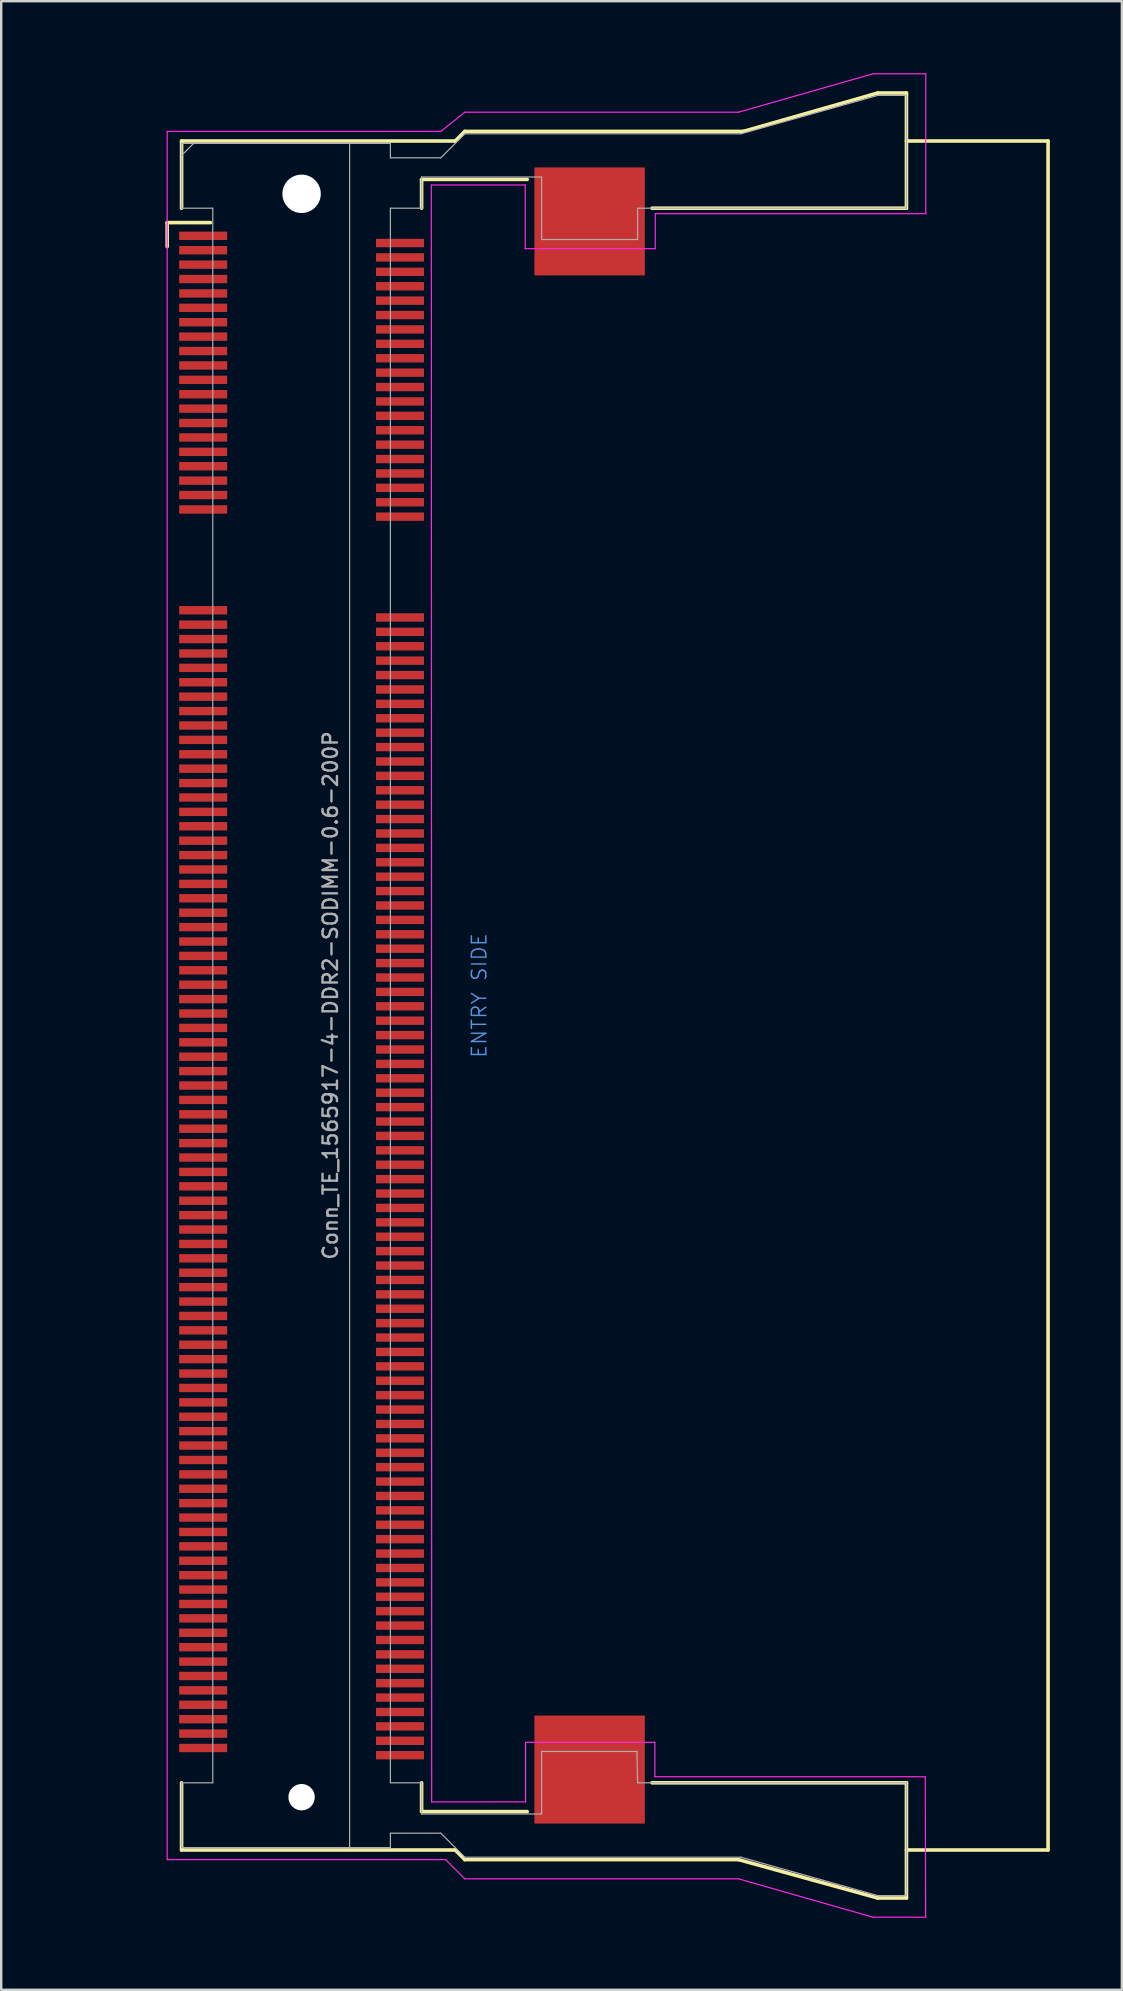
<source format=kicad_pcb>
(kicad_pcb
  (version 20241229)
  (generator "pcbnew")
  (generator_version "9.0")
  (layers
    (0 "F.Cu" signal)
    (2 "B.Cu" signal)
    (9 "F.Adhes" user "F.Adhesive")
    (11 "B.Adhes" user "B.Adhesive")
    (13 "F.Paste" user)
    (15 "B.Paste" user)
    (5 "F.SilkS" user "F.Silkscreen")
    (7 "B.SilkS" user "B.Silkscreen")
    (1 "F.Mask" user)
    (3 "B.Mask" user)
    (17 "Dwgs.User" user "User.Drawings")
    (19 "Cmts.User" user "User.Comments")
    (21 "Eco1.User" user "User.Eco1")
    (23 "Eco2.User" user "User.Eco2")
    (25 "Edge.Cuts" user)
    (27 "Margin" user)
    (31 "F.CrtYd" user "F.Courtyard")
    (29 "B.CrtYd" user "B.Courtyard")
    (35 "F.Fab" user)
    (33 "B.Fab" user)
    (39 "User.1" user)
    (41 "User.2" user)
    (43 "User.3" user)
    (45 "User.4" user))
  (footprint "Conn_TE_1565917-4-DDR2-SODIMM-0.6-200P"
    (layer "F.Cu")
    (at 9.515 38.425)
    (property "Reference" "Conn_TE_1565917-4-DDR2-SODIMM-0.6-200P" (at 1.2 0 90) (layer "F.Fab") (effects (font (size 0.6 0.6) (thickness 0.1))))
    (attr through_hole)
    (fp_line (start -5.6 -32.2) (end -3.8 -32.2) (stroke (width 0.15) (type solid)) (layer "F.SilkS"))
    (fp_line (start -5.6 -31.2) (end -5.6 -32.2) (stroke (width 0.15) (type solid)) (layer "F.SilkS"))
    (fp_line (start -5 -35.6) (end 6.4 -35.6) (stroke (width 0.15) (type solid)) (layer "F.SilkS"))
    (fp_line (start -5 -32.8) (end -5 -35.6) (stroke (width 0.15) (type solid)) (layer "F.SilkS"))
    (fp_line (start -5 32.8) (end -5 35.6) (stroke (width 0.15) (type solid)) (layer "F.SilkS"))
    (fp_line (start -5 35.6) (end 6.4 35.6) (stroke (width 0.15) (type solid)) (layer "F.SilkS"))
    (fp_line (start 5 -34) (end 9.4 -34) (stroke (width 0.15) (type solid)) (layer "F.SilkS"))
    (fp_line (start 5 -32.8) (end 5 -34) (stroke (width 0.15) (type solid)) (layer "F.SilkS"))
    (fp_line (start 5 34) (end 5 32.8) (stroke (width 0.15) (type solid)) (layer "F.SilkS"))
    (fp_line (start 6.4 -35.6) (end 6.8 -36) (stroke (width 0.15) (type solid)) (layer "F.SilkS"))
    (fp_line (start 6.4 35.6) (end 6.8 36) (stroke (width 0.15) (type solid)) (layer "F.SilkS"))
    (fp_line (start 6.8 -36) (end 18.4 -36) (stroke (width 0.15) (type solid)) (layer "F.SilkS"))
    (fp_line (start 6.8 36) (end 18.2 36) (stroke (width 0.15) (type solid)) (layer "F.SilkS"))
    (fp_line (start 9.4 34) (end 5 34) (stroke (width 0.15) (type solid)) (layer "F.SilkS"))
    (fp_line (start 14.6 -32.8) (end 25.2 -32.8) (stroke (width 0.15) (type solid)) (layer "F.SilkS"))
    (fp_line (start 14.6 32.8) (end 25.2 32.8) (stroke (width 0.15) (type solid)) (layer "F.SilkS"))
    (fp_line (start 18.2 36) (end 24 37.6) (stroke (width 0.15) (type solid)) (layer "F.SilkS"))
    (fp_line (start 18.4 -36) (end 24 -37.6) (stroke (width 0.15) (type solid)) (layer "F.SilkS"))
    (fp_line (start 24 -37.6) (end 25.2 -37.6) (stroke (width 0.15) (type solid)) (layer "F.SilkS"))
    (fp_line (start 24 37.6) (end 25.2 37.6) (stroke (width 0.15) (type solid)) (layer "F.SilkS"))
    (fp_line (start 25.2 -37.6) (end 25.2 -32.8) (stroke (width 0.15) (type solid)) (layer "F.SilkS"))
    (fp_line (start 25.2 -35.6) (end 31.1 -35.6) (stroke (width 0.15) (type solid)) (layer "F.SilkS"))
    (fp_line (start 25.2 35.6) (end 31.1 35.6) (stroke (width 0.15) (type solid)) (layer "F.SilkS"))
    (fp_line (start 25.2 37.6) (end 25.2 32.8) (stroke (width 0.15) (type solid)) (layer "F.SilkS"))
    (fp_line (start 31.1 -35.6) (end 31.1 35.6) (stroke (width 0.15) (type solid)) (layer "F.SilkS"))
    (fp_line (start -5.6 -36) (end -5.6 36) (stroke (width 0.05) (type solid)) (layer "F.CrtYd"))
    (fp_line (start -5.6 -36) (end 5.8 -36) (stroke (width 0.05) (type solid)) (layer "F.CrtYd"))
    (fp_line (start -5.6 36) (end 6 36) (stroke (width 0.05) (type solid)) (layer "F.CrtYd"))
    (fp_line (start 5.405 -33.767) (end 5.42 33.599) (stroke (width 0.05) (type solid)) (layer "F.CrtYd"))
    (fp_line (start 5.42 33.599) (end 9.332 33.594) (stroke (width 0.05) (type solid)) (layer "F.CrtYd"))
    (fp_line (start 6 36) (end 6.8 36.8) (stroke (width 0.05) (type solid)) (layer "F.CrtYd"))
    (fp_line (start 6.8 -36.8) (end 5.8 -36) (stroke (width 0.05) (type solid)) (layer "F.CrtYd"))
    (fp_line (start 6.8 36.8) (end 18.2 36.8) (stroke (width 0.05) (type solid)) (layer "F.CrtYd"))
    (fp_line (start 9.317 -33.767) (end 5.405 -33.767) (stroke (width 0.05) (type solid)) (layer "F.CrtYd"))
    (fp_line (start 9.317 -31.115) (end 9.317 -33.767) (stroke (width 0.05) (type solid)) (layer "F.CrtYd"))
    (fp_line (start 9.332 31.115) (end 14.717 31.115) (stroke (width 0.05) (type solid)) (layer "F.CrtYd"))
    (fp_line (start 9.332 33.594) (end 9.332 31.115) (stroke (width 0.05) (type solid)) (layer "F.CrtYd"))
    (fp_line (start 14.717 31.115) (end 14.717 32.548) (stroke (width 0.05) (type solid)) (layer "F.CrtYd"))
    (fp_line (start 14.717 32.548) (end 25.258 32.548) (stroke (width 0.05) (type solid)) (layer "F.CrtYd"))
    (fp_line (start 14.732 -31.115) (end 9.317 -31.115) (stroke (width 0.05) (type solid)) (layer "F.CrtYd"))
    (fp_line (start 14.737 -32.573) (end 14.732 -31.115) (stroke (width 0.05) (type solid)) (layer "F.CrtYd"))
    (fp_line (start 18.2 -36.8) (end 6.8 -36.8) (stroke (width 0.05) (type solid)) (layer "F.CrtYd"))
    (fp_line (start 18.2 36.8) (end 23.8 38.4) (stroke (width 0.05) (type solid)) (layer "F.CrtYd"))
    (fp_line (start 23.8 -38.4) (end 18.2 -36.8) (stroke (width 0.05) (type solid)) (layer "F.CrtYd"))
    (fp_line (start 23.8 38.4) (end 26 38.4) (stroke (width 0.05) (type solid)) (layer "F.CrtYd"))
    (fp_line (start 25.258 32.548) (end 25.542 32.548) (stroke (width 0.05) (type solid)) (layer "F.CrtYd"))
    (fp_line (start 25.542 32.548) (end 25.984 32.553) (stroke (width 0.05) (type solid)) (layer "F.CrtYd"))
    (fp_line (start 25.984 32.553) (end 25.999 38.4) (stroke (width 0.05) (type solid)) (layer "F.CrtYd"))
    (fp_line (start 26 -38.4) (end 23.8 -38.4) (stroke (width 0.05) (type solid)) (layer "F.CrtYd"))
    (fp_line (start 26.005 -38.4) (end 26.005 -32.573) (stroke (width 0.05) (type solid)) (layer "F.CrtYd"))
    (fp_line (start 26.005 -32.573) (end 14.737 -32.573) (stroke (width 0.05) (type solid)) (layer "F.CrtYd"))
    (fp_line (start -5 -35.5) (end -5 -32.8) (stroke (width 0.05) (type solid)) (layer "F.Fab"))
    (fp_line (start -5 -35.5) (end 2 -35.5) (stroke (width 0.05) (type solid)) (layer "F.Fab"))
    (fp_line (start -5 -35) (end -4.5 -35.5) (stroke (width 0.05) (type solid)) (layer "F.Fab"))
    (fp_line (start -5 -32.8) (end -3.7 -32.8) (stroke (width 0.05) (type solid)) (layer "F.Fab"))
    (fp_line (start -5 32.8) (end -3.7 32.8) (stroke (width 0.05) (type solid)) (layer "F.Fab"))
    (fp_line (start -5 35.5) (end -5 32.8) (stroke (width 0.05) (type solid)) (layer "F.Fab"))
    (fp_line (start -3.7 32.8) (end -3.7 -32.8) (stroke (width 0.05) (type solid)) (layer "F.Fab"))
    (fp_line (start 2 -35.5) (end 2 35.5) (stroke (width 0.05) (type solid)) (layer "F.Fab"))
    (fp_line (start 2 35.5) (end -5 35.5) (stroke (width 0.05) (type solid)) (layer "F.Fab"))
    (fp_line (start 3.7 -35.5) (end 2 -35.5) (stroke (width 0.05) (type solid)) (layer "F.Fab"))
    (fp_line (start 3.7 -35.5) (end 3.7 -34.9) (stroke (width 0.05) (type solid)) (layer "F.Fab"))
    (fp_line (start 3.7 -32.8) (end 3.7 32.8) (stroke (width 0.05) (type solid)) (layer "F.Fab"))
    (fp_line (start 3.7 -32.8) (end 5 -32.8) (stroke (width 0.05) (type solid)) (layer "F.Fab"))
    (fp_line (start 3.7 34.9) (end 3.7 35.5) (stroke (width 0.05) (type solid)) (layer "F.Fab"))
    (fp_line (start 3.7 34.9) (end 5.8 34.9) (stroke (width 0.05) (type solid)) (layer "F.Fab"))
    (fp_line (start 3.7 35.5) (end 2 35.5) (stroke (width 0.05) (type solid)) (layer "F.Fab"))
    (fp_line (start 5 -34.1) (end 10 -34.1) (stroke (width 0.05) (type solid)) (layer "F.Fab"))
    (fp_line (start 5 -32.8) (end 5 -34.1) (stroke (width 0.05) (type solid)) (layer "F.Fab"))
    (fp_line (start 5 32.8) (end 3.7 32.8) (stroke (width 0.05) (type solid)) (layer "F.Fab"))
    (fp_line (start 5 34.1) (end 5 32.8) (stroke (width 0.05) (type solid)) (layer "F.Fab"))
    (fp_line (start 5 34.1) (end 10 34.1) (stroke (width 0.05) (type solid)) (layer "F.Fab"))
    (fp_line (start 5.8 -34.9) (end 3.7 -34.9) (stroke (width 0.05) (type solid)) (layer "F.Fab"))
    (fp_line (start 5.8 -34.9) (end 6.8 -35.9) (stroke (width 0.05) (type solid)) (layer "F.Fab"))
    (fp_line (start 5.8 34.9) (end 6.8 35.9) (stroke (width 0.05) (type solid)) (layer "F.Fab"))
    (fp_line (start 6.8 -35.9) (end 18.3 -35.9) (stroke (width 0.05) (type solid)) (layer "F.Fab"))
    (fp_line (start 10 -34.1) (end 10 -31.496) (stroke (width 0.05) (type solid)) (layer "F.Fab"))
    (fp_line (start 10 -31.496) (end 14 -31.496) (stroke (width 0.05) (type solid)) (layer "F.Fab"))
    (fp_line (start 10 31.496) (end 13.97 31.496) (stroke (width 0.05) (type solid)) (layer "F.Fab"))
    (fp_line (start 10 34.1) (end 10 31.496) (stroke (width 0.05) (type solid)) (layer "F.Fab"))
    (fp_line (start 13.97 31.496) (end 14 32.8) (stroke (width 0.05) (type solid)) (layer "F.Fab"))
    (fp_line (start 14 -32.8) (end 25.2 -32.8) (stroke (width 0.05) (type solid)) (layer "F.Fab"))
    (fp_line (start 14 -31.496) (end 14 -32.8) (stroke (width 0.05) (type solid)) (layer "F.Fab"))
    (fp_line (start 14 32.8) (end 25.2 32.8) (stroke (width 0.05) (type solid)) (layer "F.Fab"))
    (fp_line (start 18.3 35.9) (end 6.8 35.9) (stroke (width 0.05) (type solid)) (layer "F.Fab"))
    (fp_line (start 18.3 35.9) (end 24 37.5) (stroke (width 0.05) (type solid)) (layer "F.Fab"))
    (fp_line (start 24 -37.5) (end 18.3 -35.9) (stroke (width 0.05) (type solid)) (layer "F.Fab"))
    (fp_line (start 25.2 -37.5) (end 24 -37.5) (stroke (width 0.05) (type solid)) (layer "F.Fab"))
    (fp_line (start 25.2 -32.8) (end 25.2 -37.5) (stroke (width 0.05) (type solid)) (layer "F.Fab"))
    (fp_line (start 25.2 37.5) (end 24 37.5) (stroke (width 0.05) (type solid)) (layer "F.Fab"))
    (fp_line (start 25.2 37.5) (end 25.2 32.8) (stroke (width 0.05) (type solid)) (layer "F.Fab"))
    (fp_text user "ENTRY SIDE" (at 7.4 0 90) (layer "Cmts.User") (effects (font (size 0.6 0.6) (thickness 0.06))))
    (fp_text user "${REFERENCE}" (at -4 -35 0) (layer "Eco1.User") (effects (font (size 0.3 0.3) (thickness 0.03))))
    (pad "" np_thru_hole circle (at 0 -33.4) (size 1.6 1.6) (drill 1.6) (layers "*.Cu"))
    (pad "" np_thru_hole circle (at 0 33.4) (size 1.1 1.1) (drill 1.1) (layers "*.Cu"))
    (pad "" smd rect (at 12 -32.25) (size 4.6 4.5) (layers "F.Cu" "F.Mask" "F.Paste"))
    (pad "" smd rect (at 12 32.25) (size 4.6 4.5) (layers "F.Cu" "F.Mask" "F.Paste"))
    (pad "1" smd rect (at -4.1 -31.65) (size 2 0.35) (layers "F.Cu" "F.Mask" "F.Paste"))
    (pad "2" smd rect (at 4.1 -31.35) (size 2 0.35) (layers "F.Cu" "F.Mask" "F.Paste"))
    (pad "3" smd rect (at -4.1 -31.05) (size 2 0.35) (layers "F.Cu" "F.Mask" "F.Paste"))
    (pad "4" smd rect (at 4.1 -30.75) (size 2 0.35) (layers "F.Cu" "F.Mask" "F.Paste"))
    (pad "5" smd rect (at -4.1 -30.45) (size 2 0.35) (layers "F.Cu" "F.Mask" "F.Paste"))
    (pad "6" smd rect (at 4.1 -30.15) (size 2 0.35) (layers "F.Cu" "F.Mask" "F.Paste"))
    (pad "7" smd rect (at -4.1 -29.85) (size 2 0.35) (layers "F.Cu" "F.Mask" "F.Paste"))
    (pad "8" smd rect (at 4.1 -29.55) (size 2 0.35) (layers "F.Cu" "F.Mask" "F.Paste"))
    (pad "9" smd rect (at -4.1 -29.25) (size 2 0.35) (layers "F.Cu" "F.Mask" "F.Paste"))
    (pad "10" smd rect (at 4.1 -28.95) (size 2 0.35) (layers "F.Cu" "F.Mask" "F.Paste"))
    (pad "11" smd rect (at -4.1 -28.65) (size 2 0.35) (layers "F.Cu" "F.Mask" "F.Paste"))
    (pad "12" smd rect (at 4.1 -28.35) (size 2 0.35) (layers "F.Cu" "F.Mask" "F.Paste"))
    (pad "13" smd rect (at -4.1 -28.05) (size 2 0.35) (layers "F.Cu" "F.Mask" "F.Paste"))
    (pad "14" smd rect (at 4.1 -27.75) (size 2 0.35) (layers "F.Cu" "F.Mask" "F.Paste"))
    (pad "15" smd rect (at -4.1 -27.45) (size 2 0.35) (layers "F.Cu" "F.Mask" "F.Paste"))
    (pad "16" smd rect (at 4.1 -27.15) (size 2 0.35) (layers "F.Cu" "F.Mask" "F.Paste"))
    (pad "17" smd rect (at -4.1 -26.85) (size 2 0.35) (layers "F.Cu" "F.Mask" "F.Paste"))
    (pad "18" smd rect (at 4.1 -26.55) (size 2 0.35) (layers "F.Cu" "F.Mask" "F.Paste"))
    (pad "19" smd rect (at -4.1 -26.25) (size 2 0.35) (layers "F.Cu" "F.Mask" "F.Paste"))
    (pad "20" smd rect (at 4.1 -25.95) (size 2 0.35) (layers "F.Cu" "F.Mask" "F.Paste"))
    (pad "21" smd rect (at -4.1 -25.65) (size 2 0.35) (layers "F.Cu" "F.Mask" "F.Paste"))
    (pad "22" smd rect (at 4.1 -25.35) (size 2 0.35) (layers "F.Cu" "F.Mask" "F.Paste"))
    (pad "23" smd rect (at -4.1 -25.05) (size 2 0.35) (layers "F.Cu" "F.Mask" "F.Paste"))
    (pad "24" smd rect (at 4.1 -24.75) (size 2 0.35) (layers "F.Cu" "F.Mask" "F.Paste"))
    (pad "25" smd rect (at -4.1 -24.45) (size 2 0.35) (layers "F.Cu" "F.Mask" "F.Paste"))
    (pad "26" smd rect (at 4.1 -24.15) (size 2 0.35) (layers "F.Cu" "F.Mask" "F.Paste"))
    (pad "27" smd rect (at -4.1 -23.85) (size 2 0.35) (layers "F.Cu" "F.Mask" "F.Paste"))
    (pad "28" smd rect (at 4.1 -23.55) (size 2 0.35) (layers "F.Cu" "F.Mask" "F.Paste"))
    (pad "29" smd rect (at -4.1 -23.25) (size 2 0.35) (layers "F.Cu" "F.Mask" "F.Paste"))
    (pad "30" smd rect (at 4.1 -22.95) (size 2 0.35) (layers "F.Cu" "F.Mask" "F.Paste"))
    (pad "31" smd rect (at -4.1 -22.65) (size 2 0.35) (layers "F.Cu" "F.Mask" "F.Paste"))
    (pad "32" smd rect (at 4.1 -22.35) (size 2 0.35) (layers "F.Cu" "F.Mask" "F.Paste"))
    (pad "33" smd rect (at -4.1 -22.05) (size 2 0.35) (layers "F.Cu" "F.Mask" "F.Paste"))
    (pad "34" smd rect (at 4.1 -21.75) (size 2 0.35) (layers "F.Cu" "F.Mask" "F.Paste"))
    (pad "35" smd rect (at -4.1 -21.45) (size 2 0.35) (layers "F.Cu" "F.Mask" "F.Paste"))
    (pad "36" smd rect (at 4.1 -21.15) (size 2 0.35) (layers "F.Cu" "F.Mask" "F.Paste"))
    (pad "37" smd rect (at -4.1 -20.85) (size 2 0.35) (layers "F.Cu" "F.Mask" "F.Paste"))
    (pad "38" smd rect (at 4.1 -20.55) (size 2 0.35) (layers "F.Cu" "F.Mask" "F.Paste"))
    (pad "39" smd rect (at -4.1 -20.25) (size 2 0.35) (layers "F.Cu" "F.Mask" "F.Paste"))
    (pad "40" smd rect (at 4.1 -19.95) (size 2 0.35) (layers "F.Cu" "F.Mask" "F.Paste"))
    (pad "41" smd rect (at -4.1 -16.05) (size 2 0.35) (layers "F.Cu" "F.Mask" "F.Paste"))
    (pad "42" smd rect (at 4.1 -15.75) (size 2 0.35) (layers "F.Cu" "F.Mask" "F.Paste"))
    (pad "43" smd rect (at -4.1 -15.45) (size 2 0.35) (layers "F.Cu" "F.Mask" "F.Paste"))
    (pad "44" smd rect (at 4.1 -15.15) (size 2 0.35) (layers "F.Cu" "F.Mask" "F.Paste"))
    (pad "45" smd rect (at -4.1 -14.85) (size 2 0.35) (layers "F.Cu" "F.Mask" "F.Paste"))
    (pad "46" smd rect (at 4.1 -14.55) (size 2 0.35) (layers "F.Cu" "F.Mask" "F.Paste"))
    (pad "47" smd rect (at -4.1 -14.25) (size 2 0.35) (layers "F.Cu" "F.Mask" "F.Paste"))
    (pad "48" smd rect (at 4.1 -13.95) (size 2 0.35) (layers "F.Cu" "F.Mask" "F.Paste"))
    (pad "49" smd rect (at -4.1 -13.65) (size 2 0.35) (layers "F.Cu" "F.Mask" "F.Paste"))
    (pad "50" smd rect (at 4.1 -13.35) (size 2 0.35) (layers "F.Cu" "F.Mask" "F.Paste"))
    (pad "51" smd rect (at -4.1 -13.05) (size 2 0.35) (layers "F.Cu" "F.Mask" "F.Paste"))
    (pad "52" smd rect (at 4.1 -12.75) (size 2 0.35) (layers "F.Cu" "F.Mask" "F.Paste"))
    (pad "53" smd rect (at -4.1 -12.45) (size 2 0.35) (layers "F.Cu" "F.Mask" "F.Paste"))
    (pad "54" smd rect (at 4.1 -12.15) (size 2 0.35) (layers "F.Cu" "F.Mask" "F.Paste"))
    (pad "55" smd rect (at -4.1 -11.85) (size 2 0.35) (layers "F.Cu" "F.Mask" "F.Paste"))
    (pad "56" smd rect (at 4.1 -11.55) (size 2 0.35) (layers "F.Cu" "F.Mask" "F.Paste"))
    (pad "57" smd rect (at -4.1 -11.25) (size 2 0.35) (layers "F.Cu" "F.Mask" "F.Paste"))
    (pad "58" smd rect (at 4.1 -10.95) (size 2 0.35) (layers "F.Cu" "F.Mask" "F.Paste"))
    (pad "59" smd rect (at -4.1 -10.65) (size 2 0.35) (layers "F.Cu" "F.Mask" "F.Paste"))
    (pad "60" smd rect (at 4.1 -10.35) (size 2 0.35) (layers "F.Cu" "F.Mask" "F.Paste"))
    (pad "61" smd rect (at -4.1 -10.05) (size 2 0.35) (layers "F.Cu" "F.Mask" "F.Paste"))
    (pad "62" smd rect (at 4.1 -9.75) (size 2 0.35) (layers "F.Cu" "F.Mask" "F.Paste"))
    (pad "63" smd rect (at -4.1 -9.45) (size 2 0.35) (layers "F.Cu" "F.Mask" "F.Paste"))
    (pad "64" smd rect (at 4.1 -9.15) (size 2 0.35) (layers "F.Cu" "F.Mask" "F.Paste"))
    (pad "65" smd rect (at -4.1 -8.85) (size 2 0.35) (layers "F.Cu" "F.Mask" "F.Paste"))
    (pad "66" smd rect (at 4.1 -8.55) (size 2 0.35) (layers "F.Cu" "F.Mask" "F.Paste"))
    (pad "67" smd rect (at -4.1 -8.25) (size 2 0.35) (layers "F.Cu" "F.Mask" "F.Paste"))
    (pad "68" smd rect (at 4.1 -7.95) (size 2 0.35) (layers "F.Cu" "F.Mask" "F.Paste"))
    (pad "69" smd rect (at -4.1 -7.65) (size 2 0.35) (layers "F.Cu" "F.Mask" "F.Paste"))
    (pad "70" smd rect (at 4.1 -7.35) (size 2 0.35) (layers "F.Cu" "F.Mask" "F.Paste"))
    (pad "71" smd rect (at -4.1 -7.05) (size 2 0.35) (layers "F.Cu" "F.Mask" "F.Paste"))
    (pad "72" smd rect (at 4.1 -6.75) (size 2 0.35) (layers "F.Cu" "F.Mask" "F.Paste"))
    (pad "73" smd rect (at -4.1 -6.45) (size 2 0.35) (layers "F.Cu" "F.Mask" "F.Paste"))
    (pad "74" smd rect (at 4.1 -6.15) (size 2 0.35) (layers "F.Cu" "F.Mask" "F.Paste"))
    (pad "75" smd rect (at -4.1 -5.85) (size 2 0.35) (layers "F.Cu" "F.Mask" "F.Paste"))
    (pad "76" smd rect (at 4.1 -5.55) (size 2 0.35) (layers "F.Cu" "F.Mask" "F.Paste"))
    (pad "77" smd rect (at -4.1 -5.25) (size 2 0.35) (layers "F.Cu" "F.Mask" "F.Paste"))
    (pad "78" smd rect (at 4.1 -4.95) (size 2 0.35) (layers "F.Cu" "F.Mask" "F.Paste"))
    (pad "79" smd rect (at -4.1 -4.65) (size 2 0.35) (layers "F.Cu" "F.Mask" "F.Paste"))
    (pad "80" smd rect (at 4.1 -4.35) (size 2 0.35) (layers "F.Cu" "F.Mask" "F.Paste"))
    (pad "81" smd rect (at -4.1 -4.05) (size 2 0.35) (layers "F.Cu" "F.Mask" "F.Paste"))
    (pad "82" smd rect (at 4.1 -3.75) (size 2 0.35) (layers "F.Cu" "F.Mask" "F.Paste"))
    (pad "83" smd rect (at -4.1 -3.45) (size 2 0.35) (layers "F.Cu" "F.Mask" "F.Paste"))
    (pad "84" smd rect (at 4.1 -3.15) (size 2 0.35) (layers "F.Cu" "F.Mask" "F.Paste"))
    (pad "85" smd rect (at -4.1 -2.85) (size 2 0.35) (layers "F.Cu" "F.Mask" "F.Paste"))
    (pad "86" smd rect (at 4.1 -2.55) (size 2 0.35) (layers "F.Cu" "F.Mask" "F.Paste"))
    (pad "87" smd rect (at -4.1 -2.25) (size 2 0.35) (layers "F.Cu" "F.Mask" "F.Paste"))
    (pad "88" smd rect (at 4.1 -1.95) (size 2 0.35) (layers "F.Cu" "F.Mask" "F.Paste"))
    (pad "89" smd rect (at -4.1 -1.65) (size 2 0.35) (layers "F.Cu" "F.Mask" "F.Paste"))
    (pad "90" smd rect (at 4.1 -1.35) (size 2 0.35) (layers "F.Cu" "F.Mask" "F.Paste"))
    (pad "91" smd rect (at -4.1 -1.05) (size 2 0.35) (layers "F.Cu" "F.Mask" "F.Paste"))
    (pad "92" smd rect (at 4.1 -0.75) (size 2 0.35) (layers "F.Cu" "F.Mask" "F.Paste"))
    (pad "93" smd rect (at -4.1 -0.45) (size 2 0.35) (layers "F.Cu" "F.Mask" "F.Paste"))
    (pad "94" smd rect (at 4.1 -0.15) (size 2 0.35) (layers "F.Cu" "F.Mask" "F.Paste"))
    (pad "95" smd rect (at -4.1 0.15) (size 2 0.35) (layers "F.Cu" "F.Mask" "F.Paste"))
    (pad "96" smd rect (at 4.1 0.45) (size 2 0.35) (layers "F.Cu" "F.Mask" "F.Paste"))
    (pad "97" smd rect (at -4.1 0.75) (size 2 0.35) (layers "F.Cu" "F.Mask" "F.Paste"))
    (pad "98" smd rect (at 4.1 1.05) (size 2 0.35) (layers "F.Cu" "F.Mask" "F.Paste"))
    (pad "99" smd rect (at -4.1 1.35) (size 2 0.35) (layers "F.Cu" "F.Mask" "F.Paste"))
    (pad "100" smd rect (at 4.1 1.65) (size 2 0.35) (layers "F.Cu" "F.Mask" "F.Paste"))
    (pad "101" smd rect (at -4.1 1.95) (size 2 0.35) (layers "F.Cu" "F.Mask" "F.Paste"))
    (pad "102" smd rect (at 4.1 2.25) (size 2 0.35) (layers "F.Cu" "F.Mask" "F.Paste"))
    (pad "103" smd rect (at -4.1 2.55) (size 2 0.35) (layers "F.Cu" "F.Mask" "F.Paste"))
    (pad "104" smd rect (at 4.1 2.85) (size 2 0.35) (layers "F.Cu" "F.Mask" "F.Paste"))
    (pad "105" smd rect (at -4.1 3.15) (size 2 0.35) (layers "F.Cu" "F.Mask" "F.Paste"))
    (pad "106" smd rect (at 4.1 3.45) (size 2 0.35) (layers "F.Cu" "F.Mask" "F.Paste"))
    (pad "107" smd rect (at -4.1 3.75) (size 2 0.35) (layers "F.Cu" "F.Mask" "F.Paste"))
    (pad "108" smd rect (at 4.1 4.05) (size 2 0.35) (layers "F.Cu" "F.Mask" "F.Paste"))
    (pad "109" smd rect (at -4.1 4.35) (size 2 0.35) (layers "F.Cu" "F.Mask" "F.Paste"))
    (pad "110" smd rect (at 4.1 4.65) (size 2 0.35) (layers "F.Cu" "F.Mask" "F.Paste"))
    (pad "111" smd rect (at -4.1 4.95) (size 2 0.35) (layers "F.Cu" "F.Mask" "F.Paste"))
    (pad "112" smd rect (at 4.1 5.25) (size 2 0.35) (layers "F.Cu" "F.Mask" "F.Paste"))
    (pad "113" smd rect (at -4.1 5.55) (size 2 0.35) (layers "F.Cu" "F.Mask" "F.Paste"))
    (pad "114" smd rect (at 4.1 5.85) (size 2 0.35) (layers "F.Cu" "F.Mask" "F.Paste"))
    (pad "115" smd rect (at -4.1 6.15) (size 2 0.35) (layers "F.Cu" "F.Mask" "F.Paste"))
    (pad "116" smd rect (at 4.1 6.45) (size 2 0.35) (layers "F.Cu" "F.Mask" "F.Paste"))
    (pad "117" smd rect (at -4.1 6.75) (size 2 0.35) (layers "F.Cu" "F.Mask" "F.Paste"))
    (pad "118" smd rect (at 4.1 7.05) (size 2 0.35) (layers "F.Cu" "F.Mask" "F.Paste"))
    (pad "119" smd rect (at -4.1 7.35) (size 2 0.35) (layers "F.Cu" "F.Mask" "F.Paste"))
    (pad "120" smd rect (at 4.1 7.65) (size 2 0.35) (layers "F.Cu" "F.Mask" "F.Paste"))
    (pad "121" smd rect (at -4.1 7.95) (size 2 0.35) (layers "F.Cu" "F.Mask" "F.Paste"))
    (pad "122" smd rect (at 4.1 8.25) (size 2 0.35) (layers "F.Cu" "F.Mask" "F.Paste"))
    (pad "123" smd rect (at -4.1 8.55) (size 2 0.35) (layers "F.Cu" "F.Mask" "F.Paste"))
    (pad "124" smd rect (at 4.1 8.85) (size 2 0.35) (layers "F.Cu" "F.Mask" "F.Paste"))
    (pad "125" smd rect (at -4.1 9.15) (size 2 0.35) (layers "F.Cu" "F.Mask" "F.Paste"))
    (pad "126" smd rect (at 4.1 9.45) (size 2 0.35) (layers "F.Cu" "F.Mask" "F.Paste"))
    (pad "127" smd rect (at -4.1 9.75) (size 2 0.35) (layers "F.Cu" "F.Mask" "F.Paste"))
    (pad "128" smd rect (at 4.1 10.05) (size 2 0.35) (layers "F.Cu" "F.Mask" "F.Paste"))
    (pad "129" smd rect (at -4.1 10.35) (size 2 0.35) (layers "F.Cu" "F.Mask" "F.Paste"))
    (pad "130" smd rect (at 4.1 10.65) (size 2 0.35) (layers "F.Cu" "F.Mask" "F.Paste"))
    (pad "131" smd rect (at -4.1 10.95) (size 2 0.35) (layers "F.Cu" "F.Mask" "F.Paste"))
    (pad "132" smd rect (at 4.1 11.25) (size 2 0.35) (layers "F.Cu" "F.Mask" "F.Paste"))
    (pad "133" smd rect (at -4.1 11.55) (size 2 0.35) (layers "F.Cu" "F.Mask" "F.Paste"))
    (pad "134" smd rect (at 4.1 11.85) (size 2 0.35) (layers "F.Cu" "F.Mask" "F.Paste"))
    (pad "135" smd rect (at -4.1 12.15) (size 2 0.35) (layers "F.Cu" "F.Mask" "F.Paste"))
    (pad "136" smd rect (at 4.1 12.45) (size 2 0.35) (layers "F.Cu" "F.Mask" "F.Paste"))
    (pad "137" smd rect (at -4.1 12.75) (size 2 0.35) (layers "F.Cu" "F.Mask" "F.Paste"))
    (pad "138" smd rect (at 4.1 13.05) (size 2 0.35) (layers "F.Cu" "F.Mask" "F.Paste"))
    (pad "139" smd rect (at -4.1 13.35) (size 2 0.35) (layers "F.Cu" "F.Mask" "F.Paste"))
    (pad "140" smd rect (at 4.1 13.65) (size 2 0.35) (layers "F.Cu" "F.Mask" "F.Paste"))
    (pad "141" smd rect (at -4.1 13.95) (size 2 0.35) (layers "F.Cu" "F.Mask" "F.Paste"))
    (pad "142" smd rect (at 4.1 14.25) (size 2 0.35) (layers "F.Cu" "F.Mask" "F.Paste"))
    (pad "143" smd rect (at -4.1 14.55) (size 2 0.35) (layers "F.Cu" "F.Mask" "F.Paste"))
    (pad "144" smd rect (at 4.1 14.85) (size 2 0.35) (layers "F.Cu" "F.Mask" "F.Paste"))
    (pad "145" smd rect (at -4.1 15.15) (size 2 0.35) (layers "F.Cu" "F.Mask" "F.Paste"))
    (pad "146" smd rect (at 4.1 15.45) (size 2 0.35) (layers "F.Cu" "F.Mask" "F.Paste"))
    (pad "147" smd rect (at -4.1 15.75) (size 2 0.35) (layers "F.Cu" "F.Mask" "F.Paste"))
    (pad "148" smd rect (at 4.1 16.05) (size 2 0.35) (layers "F.Cu" "F.Mask" "F.Paste"))
    (pad "149" smd rect (at -4.1 16.35) (size 2 0.35) (layers "F.Cu" "F.Mask" "F.Paste"))
    (pad "150" smd rect (at 4.1 16.65) (size 2 0.35) (layers "F.Cu" "F.Mask" "F.Paste"))
    (pad "151" smd rect (at -4.1 16.95) (size 2 0.35) (layers "F.Cu" "F.Mask" "F.Paste"))
    (pad "152" smd rect (at 4.1 17.25) (size 2 0.35) (layers "F.Cu" "F.Mask" "F.Paste"))
    (pad "153" smd rect (at -4.1 17.55) (size 2 0.35) (layers "F.Cu" "F.Mask" "F.Paste"))
    (pad "154" smd rect (at 4.1 17.85) (size 2 0.35) (layers "F.Cu" "F.Mask" "F.Paste"))
    (pad "155" smd rect (at -4.1 18.15) (size 2 0.35) (layers "F.Cu" "F.Mask" "F.Paste"))
    (pad "156" smd rect (at 4.1 18.45) (size 2 0.35) (layers "F.Cu" "F.Mask" "F.Paste"))
    (pad "157" smd rect (at -4.1 18.75) (size 2 0.35) (layers "F.Cu" "F.Mask" "F.Paste"))
    (pad "158" smd rect (at 4.1 19.05) (size 2 0.35) (layers "F.Cu" "F.Mask" "F.Paste"))
    (pad "159" smd rect (at -4.1 19.35) (size 2 0.35) (layers "F.Cu" "F.Mask" "F.Paste"))
    (pad "160" smd rect (at 4.1 19.65) (size 2 0.35) (layers "F.Cu" "F.Mask" "F.Paste"))
    (pad "161" smd rect (at -4.1 19.95) (size 2 0.35) (layers "F.Cu" "F.Mask" "F.Paste"))
    (pad "162" smd rect (at 4.1 20.25) (size 2 0.35) (layers "F.Cu" "F.Mask" "F.Paste"))
    (pad "163" smd rect (at -4.1 20.55) (size 2 0.35) (layers "F.Cu" "F.Mask" "F.Paste"))
    (pad "164" smd rect (at 4.1 20.85) (size 2 0.35) (layers "F.Cu" "F.Mask" "F.Paste"))
    (pad "165" smd rect (at -4.1 21.15) (size 2 0.35) (layers "F.Cu" "F.Mask" "F.Paste"))
    (pad "166" smd rect (at 4.1 21.45) (size 2 0.35) (layers "F.Cu" "F.Mask" "F.Paste"))
    (pad "167" smd rect (at -4.1 21.75) (size 2 0.35) (layers "F.Cu" "F.Mask" "F.Paste"))
    (pad "168" smd rect (at 4.1 22.05) (size 2 0.35) (layers "F.Cu" "F.Mask" "F.Paste"))
    (pad "169" smd rect (at -4.1 22.35) (size 2 0.35) (layers "F.Cu" "F.Mask" "F.Paste"))
    (pad "170" smd rect (at 4.1 22.65) (size 2 0.35) (layers "F.Cu" "F.Mask" "F.Paste"))
    (pad "171" smd rect (at -4.1 22.95) (size 2 0.35) (layers "F.Cu" "F.Mask" "F.Paste"))
    (pad "172" smd rect (at 4.1 23.25) (size 2 0.35) (layers "F.Cu" "F.Mask" "F.Paste"))
    (pad "173" smd rect (at -4.1 23.55) (size 2 0.35) (layers "F.Cu" "F.Mask" "F.Paste"))
    (pad "174" smd rect (at 4.1 23.85) (size 2 0.35) (layers "F.Cu" "F.Mask" "F.Paste"))
    (pad "175" smd rect (at -4.1 24.15) (size 2 0.35) (layers "F.Cu" "F.Mask" "F.Paste"))
    (pad "176" smd rect (at 4.1 24.45) (size 2 0.35) (layers "F.Cu" "F.Mask" "F.Paste"))
    (pad "177" smd rect (at -4.1 24.75) (size 2 0.35) (layers "F.Cu" "F.Mask" "F.Paste"))
    (pad "178" smd rect (at 4.1 25.05) (size 2 0.35) (layers "F.Cu" "F.Mask" "F.Paste"))
    (pad "179" smd rect (at -4.1 25.35) (size 2 0.35) (layers "F.Cu" "F.Mask" "F.Paste"))
    (pad "180" smd rect (at 4.1 25.65) (size 2 0.35) (layers "F.Cu" "F.Mask" "F.Paste"))
    (pad "181" smd rect (at -4.1 25.95) (size 2 0.35) (layers "F.Cu" "F.Mask" "F.Paste"))
    (pad "182" smd rect (at 4.1 26.25) (size 2 0.35) (layers "F.Cu" "F.Mask" "F.Paste"))
    (pad "183" smd rect (at -4.1 26.55) (size 2 0.35) (layers "F.Cu" "F.Mask" "F.Paste"))
    (pad "184" smd rect (at 4.1 26.85) (size 2 0.35) (layers "F.Cu" "F.Mask" "F.Paste"))
    (pad "185" smd rect (at -4.1 27.15) (size 2 0.35) (layers "F.Cu" "F.Mask" "F.Paste"))
    (pad "186" smd rect (at 4.1 27.45) (size 2 0.35) (layers "F.Cu" "F.Mask" "F.Paste"))
    (pad "187" smd rect (at -4.1 27.75) (size 2 0.35) (layers "F.Cu" "F.Mask" "F.Paste"))
    (pad "188" smd rect (at 4.1 28.05) (size 2 0.35) (layers "F.Cu" "F.Mask" "F.Paste"))
    (pad "189" smd rect (at -4.1 28.35) (size 2 0.35) (layers "F.Cu" "F.Mask" "F.Paste"))
    (pad "190" smd rect (at 4.1 28.65) (size 2 0.35) (layers "F.Cu" "F.Mask" "F.Paste"))
    (pad "191" smd rect (at -4.1 28.95) (size 2 0.35) (layers "F.Cu" "F.Mask" "F.Paste"))
    (pad "192" smd rect (at 4.1 29.25) (size 2 0.35) (layers "F.Cu" "F.Mask" "F.Paste"))
    (pad "193" smd rect (at -4.1 29.55) (size 2 0.35) (layers "F.Cu" "F.Mask" "F.Paste"))
    (pad "194" smd rect (at 4.1 29.85) (size 2 0.35) (layers "F.Cu" "F.Mask" "F.Paste"))
    (pad "195" smd rect (at -4.1 30.15) (size 2 0.35) (layers "F.Cu" "F.Mask" "F.Paste"))
    (pad "196" smd rect (at 4.1 30.45) (size 2 0.35) (layers "F.Cu" "F.Mask" "F.Paste"))
    (pad "197" smd rect (at -4.1 30.75) (size 2 0.35) (layers "F.Cu" "F.Mask" "F.Paste"))
    (pad "198" smd rect (at 4.1 31.05) (size 2 0.35) (layers "F.Cu" "F.Mask" "F.Paste"))
    (pad "199" smd rect (at -4.1 31.35) (size 2 0.35) (layers "F.Cu" "F.Mask" "F.Paste"))
    (pad "200" smd rect (at 4.1 31.65) (size 2 0.35) (layers "F.Cu" "F.Mask" "F.Paste")))
  (gr_rect
    (start -3 -3)
    (end 43.69 79.85)
    (stroke (width 0.1) (type default))
    (fill no)
    (layer "Edge.Cuts")))
</source>
